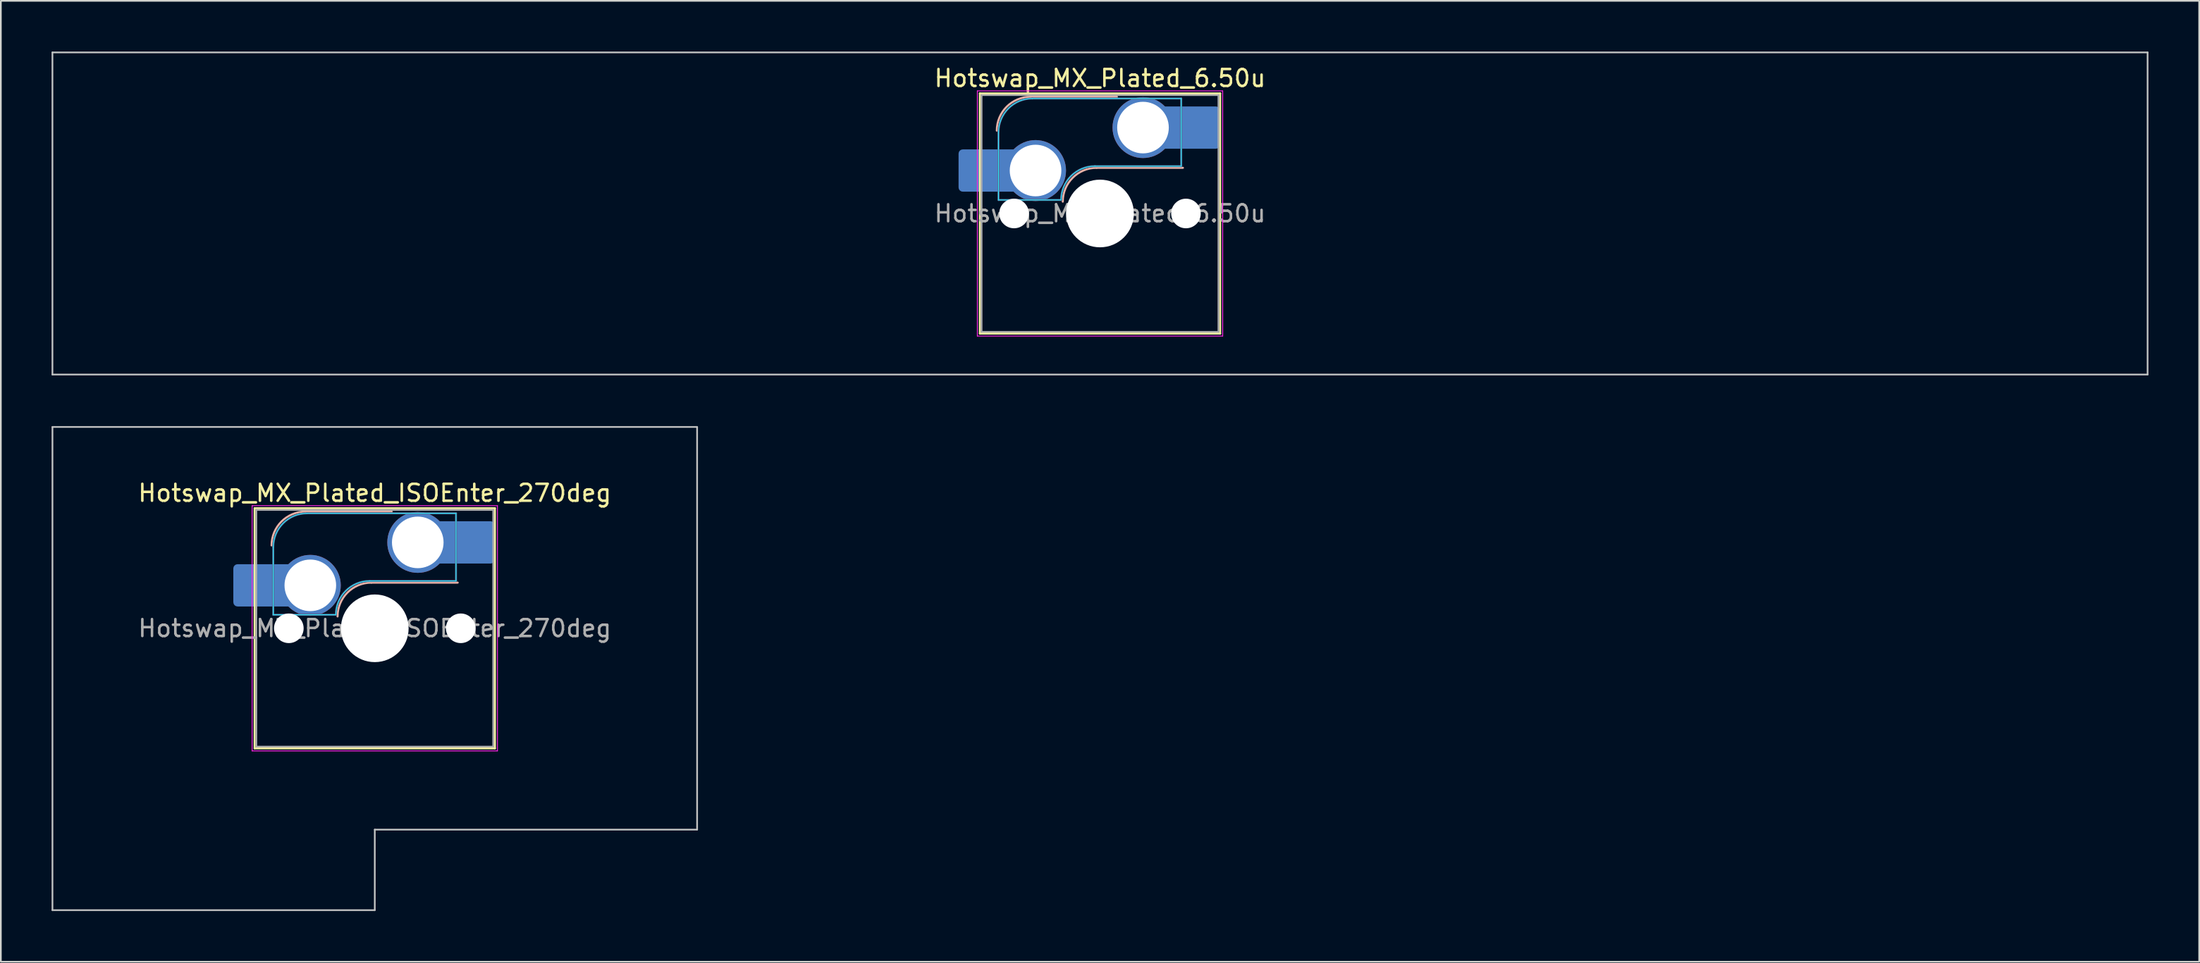
<source format=kicad_pcb>
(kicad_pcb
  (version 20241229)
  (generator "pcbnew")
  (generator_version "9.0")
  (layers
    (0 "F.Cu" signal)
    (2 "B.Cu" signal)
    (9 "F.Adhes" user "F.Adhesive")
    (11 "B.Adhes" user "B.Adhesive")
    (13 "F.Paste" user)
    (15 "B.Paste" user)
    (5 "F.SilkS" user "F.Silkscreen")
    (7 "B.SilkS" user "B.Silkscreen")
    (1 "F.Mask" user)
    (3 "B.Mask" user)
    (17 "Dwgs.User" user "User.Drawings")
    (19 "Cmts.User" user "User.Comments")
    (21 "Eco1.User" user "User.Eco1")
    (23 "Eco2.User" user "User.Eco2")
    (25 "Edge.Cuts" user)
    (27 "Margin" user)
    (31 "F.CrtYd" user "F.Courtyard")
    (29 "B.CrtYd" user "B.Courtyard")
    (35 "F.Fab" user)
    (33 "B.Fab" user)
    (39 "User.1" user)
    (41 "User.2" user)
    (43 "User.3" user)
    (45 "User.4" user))
  (footprint "Hotswap_MX_Plated_ISOEnter_270deg"
    (layer "F.Cu")
    (at 19.1 34.106)
    (property "Reference" "Hotswap_MX_Plated_ISOEnter_270deg" (at 0 -8 0) (layer "F.SilkS") (effects (font (size 1 1) (thickness 0.15))))
    (attr smd allow_soldermask_bridges)
    (fp_line (start -7.1 -7.1) (end -7.1 7.1) (stroke (width 0.12) (type solid)) (layer "F.SilkS"))
    (fp_line (start -7.1 7.1) (end 7.1 7.1) (stroke (width 0.12) (type solid)) (layer "F.SilkS"))
    (fp_line (start 7.1 -7.1) (end -7.1 -7.1) (stroke (width 0.12) (type solid)) (layer "F.SilkS"))
    (fp_line (start 7.1 7.1) (end 7.1 -7.1) (stroke (width 0.12) (type solid)) (layer "F.SilkS"))
    (fp_line (start -4.1 -6.9) (end 1 -6.9) (stroke (width 0.12) (type solid)) (layer "B.SilkS"))
    (fp_line (start -0.2 -2.7) (end 4.9 -2.7) (stroke (width 0.12) (type solid)) (layer "B.SilkS"))
    (fp_arc (start -6.1 -4.9) (mid -5.514214 -6.314214) (end -4.1 -6.9) (stroke (width 0.12) (type solid)) (layer "B.SilkS"))
    (fp_arc (start -2.2 -0.7) (mid -1.614214 -2.114214) (end -0.2 -2.7) (stroke (width 0.12) (type solid)) (layer "B.SilkS"))
    (fp_line (start -19.05 -11.906) (end -19.05 16.669) (stroke (width 0.1) (type solid)) (layer "Dwgs.User"))
    (fp_line (start -19.05 16.669) (end 0 16.669) (stroke (width 0.1) (type solid)) (layer "Dwgs.User"))
    (fp_line (start 0 11.906) (end 19.05 11.906) (stroke (width 0.1) (type solid)) (layer "Dwgs.User"))
    (fp_line (start 0 16.669) (end 0 11.906) (stroke (width 0.1) (type solid)) (layer "Dwgs.User"))
    (fp_line (start 19.05 -11.906) (end -19.05 -11.906) (stroke (width 0.1) (type solid)) (layer "Dwgs.User"))
    (fp_line (start 19.05 11.906) (end 19.05 -11.906) (stroke (width 0.1) (type solid)) (layer "Dwgs.User"))
    (fp_line (start -7.8 -6) (end -7 -6) (stroke (width 0.1) (type solid)) (layer "Eco1.User"))
    (fp_line (start -7.8 -2.9) (end -7.8 -6) (stroke (width 0.1) (type solid)) (layer "Eco1.User"))
    (fp_line (start -7.8 2.9) (end -7 2.9) (stroke (width 0.1) (type solid)) (layer "Eco1.User"))
    (fp_line (start -7.8 6) (end -7.8 2.9) (stroke (width 0.1) (type solid)) (layer "Eco1.User"))
    (fp_line (start -7 -7) (end 7 -7) (stroke (width 0.1) (type solid)) (layer "Eco1.User"))
    (fp_line (start -7 -6) (end -7 -7) (stroke (width 0.1) (type solid)) (layer "Eco1.User"))
    (fp_line (start -7 -2.9) (end -7.8 -2.9) (stroke (width 0.1) (type solid)) (layer "Eco1.User"))
    (fp_line (start -7 2.9) (end -7 -2.9) (stroke (width 0.1) (type solid)) (layer "Eco1.User"))
    (fp_line (start -7 6) (end -7.8 6) (stroke (width 0.1) (type solid)) (layer "Eco1.User"))
    (fp_line (start -7 7) (end -7 6) (stroke (width 0.1) (type solid)) (layer "Eco1.User"))
    (fp_line (start 7 -7) (end 7 -6) (stroke (width 0.1) (type solid)) (layer "Eco1.User"))
    (fp_line (start 7 -6) (end 7.8 -6) (stroke (width 0.1) (type solid)) (layer "Eco1.User"))
    (fp_line (start 7 -2.9) (end 7 2.9) (stroke (width 0.1) (type solid)) (layer "Eco1.User"))
    (fp_line (start 7 2.9) (end 7.8 2.9) (stroke (width 0.1) (type solid)) (layer "Eco1.User"))
    (fp_line (start 7 6) (end 7 7) (stroke (width 0.1) (type solid)) (layer "Eco1.User"))
    (fp_line (start 7 7) (end -7 7) (stroke (width 0.1) (type solid)) (layer "Eco1.User"))
    (fp_line (start 7.8 -6) (end 7.8 -2.9) (stroke (width 0.1) (type solid)) (layer "Eco1.User"))
    (fp_line (start 7.8 -2.9) (end 7 -2.9) (stroke (width 0.1) (type solid)) (layer "Eco1.User"))
    (fp_line (start 7.8 2.9) (end 7.8 6) (stroke (width 0.1) (type solid)) (layer "Eco1.User"))
    (fp_line (start 7.8 6) (end 7 6) (stroke (width 0.1) (type solid)) (layer "Eco1.User"))
    (fp_line (start -6 -0.8) (end -6 -4.8) (stroke (width 0.05) (type solid)) (layer "B.CrtYd"))
    (fp_line (start -6 -0.8) (end -2.3 -0.8) (stroke (width 0.05) (type solid)) (layer "B.CrtYd"))
    (fp_line (start -4 -6.8) (end 4.8 -6.8) (stroke (width 0.05) (type solid)) (layer "B.CrtYd"))
    (fp_line (start -0.3 -2.8) (end 4.8 -2.8) (stroke (width 0.05) (type solid)) (layer "B.CrtYd"))
    (fp_line (start 4.8 -6.8) (end 4.8 -2.8) (stroke (width 0.05) (type solid)) (layer "B.CrtYd"))
    (fp_arc (start -6 -4.8) (mid -5.414214 -6.214214) (end -4 -6.8) (stroke (width 0.05) (type solid)) (layer "B.CrtYd"))
    (fp_arc (start -2.3 -0.8) (mid -1.714214 -2.214214) (end -0.3 -2.8) (stroke (width 0.05) (type solid)) (layer "B.CrtYd"))
    (fp_line (start -7.25 -7.25) (end -7.25 7.25) (stroke (width 0.05) (type solid)) (layer "F.CrtYd"))
    (fp_line (start -7.25 7.25) (end 7.25 7.25) (stroke (width 0.05) (type solid)) (layer "F.CrtYd"))
    (fp_line (start 7.25 -7.25) (end -7.25 -7.25) (stroke (width 0.05) (type solid)) (layer "F.CrtYd"))
    (fp_line (start 7.25 7.25) (end 7.25 -7.25) (stroke (width 0.05) (type solid)) (layer "F.CrtYd"))
    (fp_line (start -6 -0.8) (end -6 -4.8) (stroke (width 0.12) (type solid)) (layer "B.Fab"))
    (fp_line (start -6 -0.8) (end -2.3 -0.8) (stroke (width 0.12) (type solid)) (layer "B.Fab"))
    (fp_line (start -4 -6.8) (end 4.8 -6.8) (stroke (width 0.12) (type solid)) (layer "B.Fab"))
    (fp_line (start -0.3 -2.8) (end 4.8 -2.8) (stroke (width 0.12) (type solid)) (layer "B.Fab"))
    (fp_line (start 4.8 -6.8) (end 4.8 -2.8) (stroke (width 0.12) (type solid)) (layer "B.Fab"))
    (fp_arc (start -6 -4.8) (mid -5.414214 -6.214214) (end -4 -6.8) (stroke (width 0.12) (type solid)) (layer "B.Fab"))
    (fp_arc (start -2.3 -0.8) (mid -1.714214 -2.214214) (end -0.3 -2.8) (stroke (width 0.12) (type solid)) (layer "B.Fab"))
    (fp_line (start -7 -7) (end -7 7) (stroke (width 0.1) (type solid)) (layer "F.Fab"))
    (fp_line (start -7 7) (end 7 7) (stroke (width 0.1) (type solid)) (layer "F.Fab"))
    (fp_line (start 7 -7) (end -7 -7) (stroke (width 0.1) (type solid)) (layer "F.Fab"))
    (fp_line (start 7 7) (end 7 -7) (stroke (width 0.1) (type solid)) (layer "F.Fab"))
    (fp_text user "${REFERENCE}" (at 0 0 0) (layer "F.Fab") (effects (font (size 1 1) (thickness 0.15))))
    (pad "" smd roundrect (at -7.085 -2.54) (size 2.55 2.5) (layers "B.Mask" "B.Paste") (roundrect_rratio 0.1))
    (pad "" np_thru_hole circle (at -5.08 0) (size 1.75 1.75) (drill 1.75) (layers "*.Cu" "*.Mask"))
    (pad "" np_thru_hole circle (at 0 0) (size 4 4) (drill 4) (layers "*.Cu" "*.Mask"))
    (pad "" np_thru_hole circle (at 5.08 0) (size 1.75 1.75) (drill 1.75) (layers "*.Cu" "*.Mask"))
    (pad "" smd roundrect (at 5.842 -5.08) (size 2.55 2.5) (layers "B.Mask" "B.Paste") (roundrect_rratio 0.1))
    (pad "1" smd roundrect (at -6.585 -2.54) (size 3.55 2.5) (layers "B.Cu") (roundrect_rratio 0.1))
    (pad "1" thru_hole circle (at -3.81 -2.54) (size 3.6 3.6) (drill 3.05) (layers "*.Cu" "*.Mask"))
    (pad "2" thru_hole circle (at 2.54 -5.08) (size 3.6 3.6) (drill 3.05) (layers "*.Cu" "*.Mask"))
    (pad "2" smd roundrect (at 5.32 -5.08) (size 3.55 2.5) (layers "B.Cu") (roundrect_rratio 0.1)))
  (footprint "Hotswap_MX_Plated_6.50u"
    (layer "F.Cu")
    (at 61.962 9.575)
    (property "Reference" "Hotswap_MX_Plated_6.50u" (at 0 -8 0) (layer "F.SilkS") (effects (font (size 1 1) (thickness 0.15))))
    (attr smd allow_soldermask_bridges)
    (fp_line (start -7.1 -7.1) (end -7.1 7.1) (stroke (width 0.12) (type solid)) (layer "F.SilkS"))
    (fp_line (start -7.1 7.1) (end 7.1 7.1) (stroke (width 0.12) (type solid)) (layer "F.SilkS"))
    (fp_line (start 7.1 -7.1) (end -7.1 -7.1) (stroke (width 0.12) (type solid)) (layer "F.SilkS"))
    (fp_line (start 7.1 7.1) (end 7.1 -7.1) (stroke (width 0.12) (type solid)) (layer "F.SilkS"))
    (fp_line (start -4.1 -6.9) (end 1 -6.9) (stroke (width 0.12) (type solid)) (layer "B.SilkS"))
    (fp_line (start -0.2 -2.7) (end 4.9 -2.7) (stroke (width 0.12) (type solid)) (layer "B.SilkS"))
    (fp_arc (start -6.1 -4.9) (mid -5.514214 -6.314214) (end -4.1 -6.9) (stroke (width 0.12) (type solid)) (layer "B.SilkS"))
    (fp_arc (start -2.2 -0.7) (mid -1.614214 -2.114214) (end -0.2 -2.7) (stroke (width 0.12) (type solid)) (layer "B.SilkS"))
    (fp_line (start -61.913 -9.525) (end -61.913 9.525) (stroke (width 0.1) (type solid)) (layer "Dwgs.User"))
    (fp_line (start -61.913 9.525) (end 61.913 9.525) (stroke (width 0.1) (type solid)) (layer "Dwgs.User"))
    (fp_line (start 61.913 -9.525) (end -61.913 -9.525) (stroke (width 0.1) (type solid)) (layer "Dwgs.User"))
    (fp_line (start 61.913 9.525) (end 61.913 -9.525) (stroke (width 0.1) (type solid)) (layer "Dwgs.User"))
    (fp_line (start -7.8 -6) (end -7 -6) (stroke (width 0.1) (type solid)) (layer "Eco1.User"))
    (fp_line (start -7.8 -2.9) (end -7.8 -6) (stroke (width 0.1) (type solid)) (layer "Eco1.User"))
    (fp_line (start -7.8 2.9) (end -7 2.9) (stroke (width 0.1) (type solid)) (layer "Eco1.User"))
    (fp_line (start -7.8 6) (end -7.8 2.9) (stroke (width 0.1) (type solid)) (layer "Eco1.User"))
    (fp_line (start -7 -7) (end 7 -7) (stroke (width 0.1) (type solid)) (layer "Eco1.User"))
    (fp_line (start -7 -6) (end -7 -7) (stroke (width 0.1) (type solid)) (layer "Eco1.User"))
    (fp_line (start -7 -2.9) (end -7.8 -2.9) (stroke (width 0.1) (type solid)) (layer "Eco1.User"))
    (fp_line (start -7 2.9) (end -7 -2.9) (stroke (width 0.1) (type solid)) (layer "Eco1.User"))
    (fp_line (start -7 6) (end -7.8 6) (stroke (width 0.1) (type solid)) (layer "Eco1.User"))
    (fp_line (start -7 7) (end -7 6) (stroke (width 0.1) (type solid)) (layer "Eco1.User"))
    (fp_line (start 7 -7) (end 7 -6) (stroke (width 0.1) (type solid)) (layer "Eco1.User"))
    (fp_line (start 7 -6) (end 7.8 -6) (stroke (width 0.1) (type solid)) (layer "Eco1.User"))
    (fp_line (start 7 -2.9) (end 7 2.9) (stroke (width 0.1) (type solid)) (layer "Eco1.User"))
    (fp_line (start 7 2.9) (end 7.8 2.9) (stroke (width 0.1) (type solid)) (layer "Eco1.User"))
    (fp_line (start 7 6) (end 7 7) (stroke (width 0.1) (type solid)) (layer "Eco1.User"))
    (fp_line (start 7 7) (end -7 7) (stroke (width 0.1) (type solid)) (layer "Eco1.User"))
    (fp_line (start 7.8 -6) (end 7.8 -2.9) (stroke (width 0.1) (type solid)) (layer "Eco1.User"))
    (fp_line (start 7.8 -2.9) (end 7 -2.9) (stroke (width 0.1) (type solid)) (layer "Eco1.User"))
    (fp_line (start 7.8 2.9) (end 7.8 6) (stroke (width 0.1) (type solid)) (layer "Eco1.User"))
    (fp_line (start 7.8 6) (end 7 6) (stroke (width 0.1) (type solid)) (layer "Eco1.User"))
    (fp_line (start -6 -0.8) (end -6 -4.8) (stroke (width 0.05) (type solid)) (layer "B.CrtYd"))
    (fp_line (start -6 -0.8) (end -2.3 -0.8) (stroke (width 0.05) (type solid)) (layer "B.CrtYd"))
    (fp_line (start -4 -6.8) (end 4.8 -6.8) (stroke (width 0.05) (type solid)) (layer "B.CrtYd"))
    (fp_line (start -0.3 -2.8) (end 4.8 -2.8) (stroke (width 0.05) (type solid)) (layer "B.CrtYd"))
    (fp_line (start 4.8 -6.8) (end 4.8 -2.8) (stroke (width 0.05) (type solid)) (layer "B.CrtYd"))
    (fp_arc (start -6 -4.8) (mid -5.414214 -6.214214) (end -4 -6.8) (stroke (width 0.05) (type solid)) (layer "B.CrtYd"))
    (fp_arc (start -2.3 -0.8) (mid -1.714214 -2.214214) (end -0.3 -2.8) (stroke (width 0.05) (type solid)) (layer "B.CrtYd"))
    (fp_line (start -7.25 -7.25) (end -7.25 7.25) (stroke (width 0.05) (type solid)) (layer "F.CrtYd"))
    (fp_line (start -7.25 7.25) (end 7.25 7.25) (stroke (width 0.05) (type solid)) (layer "F.CrtYd"))
    (fp_line (start 7.25 -7.25) (end -7.25 -7.25) (stroke (width 0.05) (type solid)) (layer "F.CrtYd"))
    (fp_line (start 7.25 7.25) (end 7.25 -7.25) (stroke (width 0.05) (type solid)) (layer "F.CrtYd"))
    (fp_line (start -6 -0.8) (end -6 -4.8) (stroke (width 0.12) (type solid)) (layer "B.Fab"))
    (fp_line (start -6 -0.8) (end -2.3 -0.8) (stroke (width 0.12) (type solid)) (layer "B.Fab"))
    (fp_line (start -4 -6.8) (end 4.8 -6.8) (stroke (width 0.12) (type solid)) (layer "B.Fab"))
    (fp_line (start -0.3 -2.8) (end 4.8 -2.8) (stroke (width 0.12) (type solid)) (layer "B.Fab"))
    (fp_line (start 4.8 -6.8) (end 4.8 -2.8) (stroke (width 0.12) (type solid)) (layer "B.Fab"))
    (fp_arc (start -6 -4.8) (mid -5.414214 -6.214214) (end -4 -6.8) (stroke (width 0.12) (type solid)) (layer "B.Fab"))
    (fp_arc (start -2.3 -0.8) (mid -1.714214 -2.214214) (end -0.3 -2.8) (stroke (width 0.12) (type solid)) (layer "B.Fab"))
    (fp_line (start -7 -7) (end -7 7) (stroke (width 0.1) (type solid)) (layer "F.Fab"))
    (fp_line (start -7 7) (end 7 7) (stroke (width 0.1) (type solid)) (layer "F.Fab"))
    (fp_line (start 7 -7) (end -7 -7) (stroke (width 0.1) (type solid)) (layer "F.Fab"))
    (fp_line (start 7 7) (end 7 -7) (stroke (width 0.1) (type solid)) (layer "F.Fab"))
    (fp_text user "${REFERENCE}" (at 0 0 0) (layer "F.Fab") (effects (font (size 1 1) (thickness 0.15))))
    (pad "" smd roundrect (at -7.085 -2.54) (size 2.55 2.5) (layers "B.Mask" "B.Paste") (roundrect_rratio 0.1))
    (pad "" np_thru_hole circle (at -5.08 0) (size 1.75 1.75) (drill 1.75) (layers "*.Cu" "*.Mask"))
    (pad "" np_thru_hole circle (at 0 0) (size 4 4) (drill 4) (layers "*.Cu" "*.Mask"))
    (pad "" np_thru_hole circle (at 5.08 0) (size 1.75 1.75) (drill 1.75) (layers "*.Cu" "*.Mask"))
    (pad "" smd roundrect (at 5.842 -5.08) (size 2.55 2.5) (layers "B.Mask" "B.Paste") (roundrect_rratio 0.1))
    (pad "1" smd roundrect (at -6.585 -2.54) (size 3.55 2.5) (layers "B.Cu") (roundrect_rratio 0.1))
    (pad "1" thru_hole circle (at -3.81 -2.54) (size 3.6 3.6) (drill 3.05) (layers "*.Cu" "*.Mask"))
    (pad "2" thru_hole circle (at 2.54 -5.08) (size 3.6 3.6) (drill 3.05) (layers "*.Cu" "*.Mask"))
    (pad "2" smd roundrect (at 5.32 -5.08) (size 3.55 2.5) (layers "B.Cu") (roundrect_rratio 0.1)))
  (gr_rect
    (start -3 -3)
    (end 126.925 53.825)
    (stroke (width 0.1) (type default))
    (fill no)
    (layer "Edge.Cuts")))
</source>
